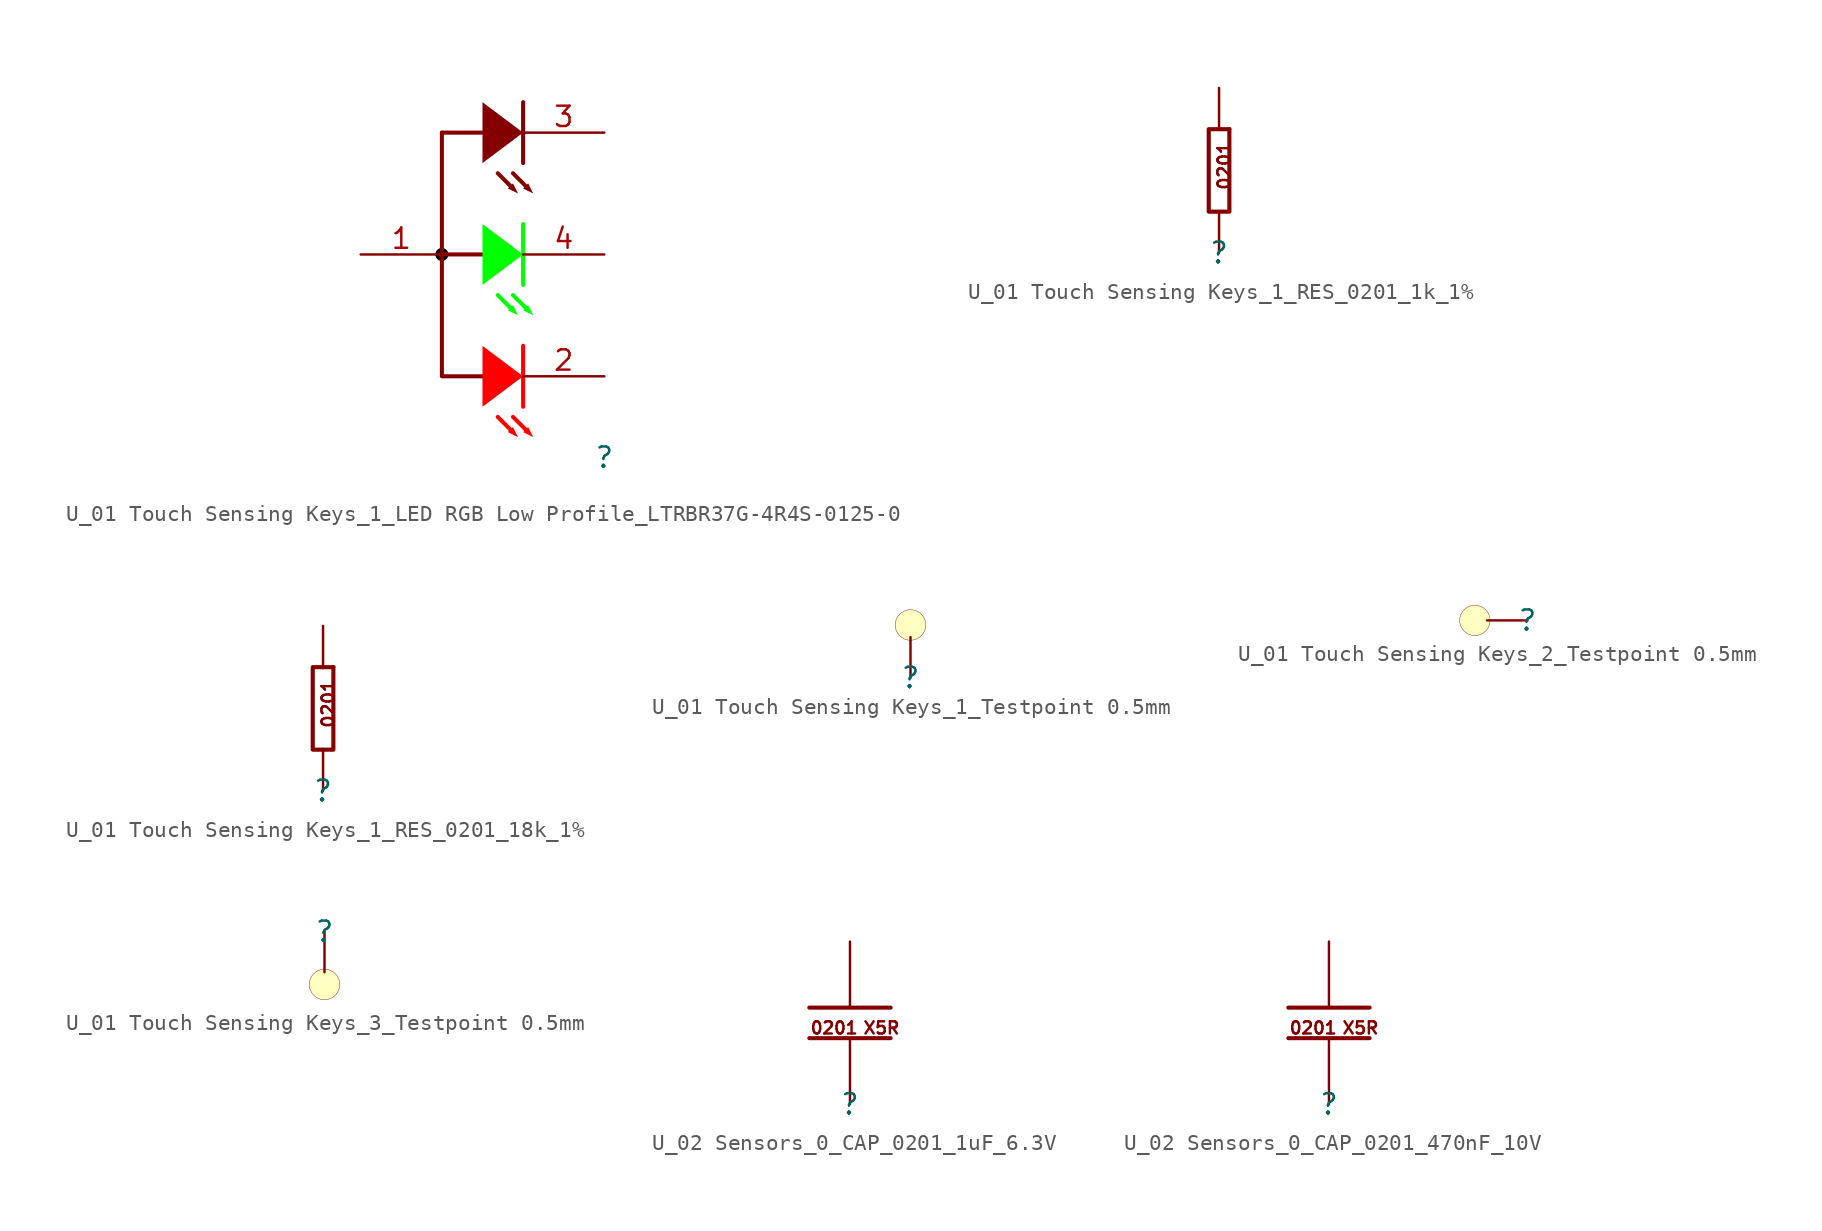
<source format=kicad_sym>
(kicad_symbol_lib
  (version 20231120)
  (generator "kicad_symbol_editor")
  (generator_version "8.0")
  (symbol "U_01 Touch Sensing Keys_1_LED RGB Low Profile_LTRBR37G-4R4S-0125-0"
    (property "Reference" ""
      (at 0 0 0)
      (effects (font (size 1.27 1.27))))
    (property "Value" ""
      (at 0 0 0)
      (effects (font (size 1.27 1.27))))
    (symbol "U_01 Touch Sensing Keys_1_LED RGB Low Profile_LTRBR37G-4R4S-0125-0_1_0"
      (circle (center -10.16 12.7) (radius 0.28) (stroke (width 0.254) (type solid) (color 0 0 0 1)) (fill (type none)))
      (polyline (pts (xy -10.16 20.32) (xy -7.62 20.32)) (stroke (width 0.254) (type solid)) (fill (type none)))
      (polyline (pts (xy -7.62 12.7) (xy -10.16 12.7)) (stroke (width 0.254) (type solid)) (fill (type none)))
      (polyline (pts (xy -6.667 2.54) (xy -5.715 1.588)) (stroke (width 0.254) (type solid) (color 255 0 0 1)) (fill (type none)))
      (polyline (pts (xy -6.667 10.16) (xy -5.715 9.208)) (stroke (width 0.254) (type solid) (color 0 255 0 1)) (fill (type none)))
      (polyline (pts (xy -6.667 17.78) (xy -5.715 16.828)) (stroke (width 0.254) (type solid)) (fill (type none)))
      (polyline (pts (xy -5.715 2.54) (xy -4.762 1.588)) (stroke (width 0.254) (type solid) (color 255 0 0 1)) (fill (type none)))
      (polyline (pts (xy -5.715 10.16) (xy -4.762 9.208)) (stroke (width 0.254) (type solid) (color 0 255 0 1)) (fill (type none)))
      (polyline (pts (xy -5.715 17.78) (xy -4.762 16.828)) (stroke (width 0.254) (type solid)) (fill (type none)))
      (polyline (pts (xy -5.08 6.985) (xy -5.08 3.175)) (stroke (width 0.254) (type solid) (color 255 0 0 1)) (fill (type none)))
      (polyline (pts (xy -5.08 14.605) (xy -5.08 10.795)) (stroke (width 0.254) (type solid) (color 0 255 0 1)) (fill (type none)))
      (polyline (pts (xy -5.08 22.225) (xy -5.08 18.415)) (stroke (width 0.254) (type solid)) (fill (type none)))
      (polyline (pts (xy -7.62 5.08) (xy -10.16 5.08) (xy -10.16 20.32)) (stroke (width 0.254) (type solid)) (fill (type none)))
      (polyline (pts (xy -7.62 3.175) (xy -7.62 6.985) (xy -5.08 5.08) (xy -7.62 3.175)) (stroke (width -0.0001) (type solid) (color 255 0 0 1)) (fill (type outline)))
      (polyline (pts (xy -7.62 10.795) (xy -7.62 14.605) (xy -5.08 12.7) (xy -7.62 10.795)) (stroke (width -0.0001) (type solid) (color 0 255 0 1)) (fill (type outline)))
      (polyline (pts (xy -7.62 18.415) (xy -7.62 22.225) (xy -5.08 20.32) (xy -7.62 18.415)) (stroke (width -0.0001) (type solid)) (fill (type outline)))
      (polyline (pts (xy -5.397 1.27) (xy -5.715 1.905) (xy -6.032 1.588) (xy -5.397 1.27)) (stroke (width -0.0001) (type solid) (color 255 0 0 1)) (fill (type outline)))
      (polyline (pts (xy -5.397 8.89) (xy -5.715 9.525) (xy -6.032 9.208) (xy -5.397 8.89)) (stroke (width -0.0001) (type solid) (color 0 255 0 1)) (fill (type outline)))
      (polyline (pts (xy -5.397 16.51) (xy -5.715 17.145) (xy -6.032 16.828) (xy -5.397 16.51)) (stroke (width -0.0001) (type solid)) (fill (type outline)))
      (polyline (pts (xy -4.445 1.27) (xy -4.762 1.905) (xy -5.08 1.588) (xy -4.445 1.27)) (stroke (width -0.0001) (type solid) (color 255 0 0 1)) (fill (type outline)))
      (polyline (pts (xy -4.445 8.89) (xy -4.762 9.525) (xy -5.08 9.208) (xy -4.445 8.89)) (stroke (width -0.0001) (type solid) (color 0 255 0 1)) (fill (type outline)))
      (polyline (pts (xy -4.445 16.51) (xy -4.762 17.145) (xy -5.08 16.828) (xy -4.445 16.51)) (stroke (width -0.0001) (type solid)) (fill (type outline)))
      (pin passive line (at -15.24 12.7 0) (length 5.08) (name "1" (effects (font (size 0 0)))) (number "1" (effects (font (size 1.27 1.27)))))
      (pin passive line (at 0 5.08 180) (length 5.08) (name "2" (effects (font (size 0 0)))) (number "2" (effects (font (size 1.27 1.27)))))
      (pin passive line (at 0 20.32 180) (length 5.08) (name "3" (effects (font (size 0 0)))) (number "3" (effects (font (size 1.27 1.27)))))
      (pin passive line (at 0 12.7 180) (length 5.08) (name "4" (effects (font (size 0 0)))) (number "4" (effects (font (size 1.27 1.27)))))))
  (symbol "U_01 Touch Sensing Keys_1_RES_0201_1k_1%"
    (property "Reference" ""
      (at 0 0 0)
      (effects (font (size 1.27 1.27))))
    (property "Value" ""
      (at 0 0 0)
      (effects (font (size 1.27 1.27))))
    (symbol "U_01 Touch Sensing Keys_1_RES_0201_1k_1%_1_0"
      (polyline (pts (xy 0.635 7.62) (xy 0 7.62)) (stroke (width 0.254) (type solid)) (fill (type none)))
      (polyline (pts (xy 0 7.62) (xy -0.635 7.62) (xy -0.635 2.54) (xy 0.635 2.54) (xy 0.635 7.62)) (stroke (width 0.254) (type solid)) (fill (type none)))
      (text "0201" (at 0.762 3.81 900) (effects (font (size 0.762 0.762)) (justify left bottom)))
      (pin passive line (at 0 0 90) (length 2.54) (name "1" (effects (font (size 0 0)))) (number "1" (effects (font (size 0 0)))))
      (pin passive line (at 0 10.16 270) (length 2.54) (name "2" (effects (font (size 0 0)))) (number "2" (effects (font (size 0 0)))))))
  (symbol "U_01 Touch Sensing Keys_1_RES_0201_18k_1%"
    (property "Reference" ""
      (at 0 0 0)
      (effects (font (size 1.27 1.27))))
    (property "Value" ""
      (at 0 0 0)
      (effects (font (size 1.27 1.27))))
    (symbol "U_01 Touch Sensing Keys_1_RES_0201_18k_1%_1_0"
      (polyline (pts (xy 0.635 7.62) (xy 0 7.62)) (stroke (width 0.254) (type solid)) (fill (type none)))
      (polyline (pts (xy 0 7.62) (xy -0.635 7.62) (xy -0.635 2.54) (xy 0.635 2.54) (xy 0.635 7.62)) (stroke (width 0.254) (type solid)) (fill (type none)))
      (text "0201" (at 0.762 3.81 900) (effects (font (size 0.762 0.762)) (justify left bottom)))
      (pin passive line (at 0 0 90) (length 2.54) (name "1" (effects (font (size 0 0)))) (number "1" (effects (font (size 0 0)))))
      (pin passive line (at 0 10.16 270) (length 2.54) (name "2" (effects (font (size 0 0)))) (number "2" (effects (font (size 0 0)))))))
  (symbol "U_01 Touch Sensing Keys_1_Testpoint 0.5mm"
    (property "Reference" ""
      (at 0 0 0)
      (effects (font (size 1.27 1.27))))
    (property "Value" ""
      (at 0 0 0)
      (effects (font (size 1.27 1.27))))
    (symbol "U_01 Touch Sensing Keys_1_Testpoint 0.5mm_1_0"
      (circle (center 0 3.302) (radius 0.953) (stroke (width 0.025) (type solid)) (fill (type background)))
      (pin passive line (at 0 0 90) (length 2.54) (name "TP" (effects (font (size 0 0)))) (number "TP" (effects (font (size 0 0)))))))
  (symbol "U_01 Touch Sensing Keys_2_Testpoint 0.5mm"
    (property "Reference" ""
      (at 0 0 0)
      (effects (font (size 1.27 1.27))))
    (property "Value" ""
      (at 0 0 0)
      (effects (font (size 1.27 1.27))))
    (symbol "U_01 Touch Sensing Keys_2_Testpoint 0.5mm_1_0"
      (circle (center -3.302 0) (radius 0.953) (stroke (width 0.025) (type solid)) (fill (type background)))
      (pin passive line (at 0 0 180) (length 2.54) (name "TP" (effects (font (size 0 0)))) (number "TP" (effects (font (size 0 0)))))))
  (symbol "U_01 Touch Sensing Keys_3_Testpoint 0.5mm"
    (property "Reference" ""
      (at 0 0 0)
      (effects (font (size 1.27 1.27))))
    (property "Value" ""
      (at 0 0 0)
      (effects (font (size 1.27 1.27))))
    (symbol "U_01 Touch Sensing Keys_3_Testpoint 0.5mm_1_0"
      (circle (center 0 -3.302) (radius 0.953) (stroke (width 0.025) (type solid)) (fill (type background)))
      (pin passive line (at 0 0 270) (length 2.54) (name "TP" (effects (font (size 0 0)))) (number "TP" (effects (font (size 0 0)))))))
  (symbol "U_02 Sensors_0_CAP_0201_1uF_6.3V"
    (property "Reference" ""
      (at 0 0 0)
      (effects (font (size 1.27 1.27))))
    (property "Value" ""
      (at 0 0 0)
      (effects (font (size 1.27 1.27))))
    (symbol "U_02 Sensors_0_CAP_0201_1uF_6.3V_1_0"
      (polyline (pts (xy -2.54 4.128) (xy 2.54 4.128)) (stroke (width 0.254) (type solid)) (fill (type none)))
      (polyline (pts (xy -2.54 6.033) (xy 2.54 6.033)) (stroke (width 0.254) (type solid)) (fill (type none)))
      (text "0201" (at -2.54 4.318 0) (effects (font (size 0.762 0.762)) (justify left bottom)))
      (text "X5R" (at 0.762 4.318 0) (effects (font (size 0.762 0.762)) (justify left bottom)))
      (pin passive line (at 0 10.16 270) (length 4.064) (name "1" (effects (font (size 0 0)))) (number "1" (effects (font (size 0 0)))))
      (pin passive line (at 0 0 90) (length 4.064) (name "2" (effects (font (size 0 0)))) (number "2" (effects (font (size 0 0)))))))
  (symbol "U_02 Sensors_0_CAP_0201_470nF_10V"
    (property "Reference" ""
      (at 0 0 0)
      (effects (font (size 1.27 1.27))))
    (property "Value" ""
      (at 0 0 0)
      (effects (font (size 1.27 1.27))))
    (symbol "U_02 Sensors_0_CAP_0201_470nF_10V_1_0"
      (polyline (pts (xy -2.54 4.128) (xy 2.54 4.128)) (stroke (width 0.254) (type solid)) (fill (type none)))
      (polyline (pts (xy -2.54 6.033) (xy 2.54 6.033)) (stroke (width 0.254) (type solid)) (fill (type none)))
      (text "0201" (at -2.54 4.318 0) (effects (font (size 0.762 0.762)) (justify left bottom)))
      (text "X5R" (at 0.762 4.318 0) (effects (font (size 0.762 0.762)) (justify left bottom)))
      (pin passive line (at 0 10.16 270) (length 4.064) (name "1" (effects (font (size 0 0)))) (number "1" (effects (font (size 0 0)))))
      (pin passive line (at 0 0 90) (length 4.064) (name "2" (effects (font (size 0 0)))) (number "2" (effects (font (size 0 0))))))))
</source>
